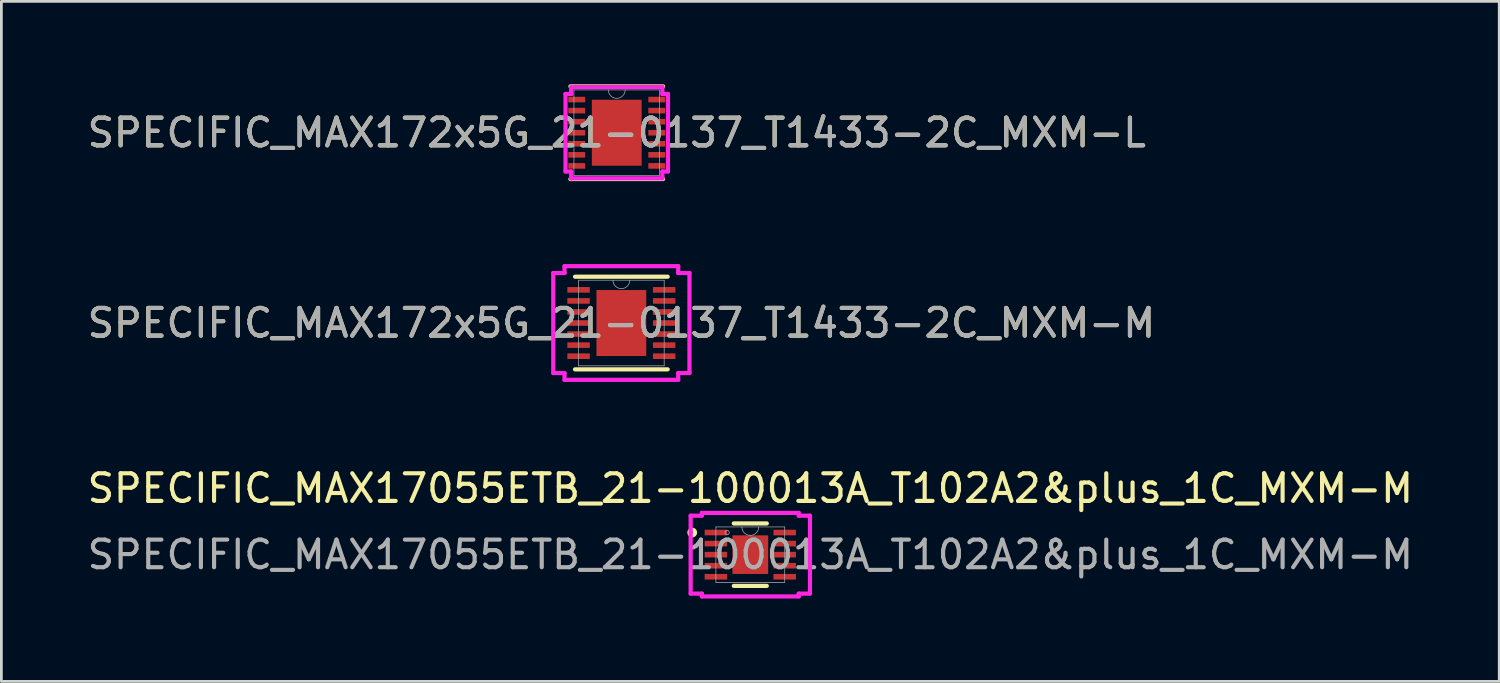
<source format=kicad_pcb>
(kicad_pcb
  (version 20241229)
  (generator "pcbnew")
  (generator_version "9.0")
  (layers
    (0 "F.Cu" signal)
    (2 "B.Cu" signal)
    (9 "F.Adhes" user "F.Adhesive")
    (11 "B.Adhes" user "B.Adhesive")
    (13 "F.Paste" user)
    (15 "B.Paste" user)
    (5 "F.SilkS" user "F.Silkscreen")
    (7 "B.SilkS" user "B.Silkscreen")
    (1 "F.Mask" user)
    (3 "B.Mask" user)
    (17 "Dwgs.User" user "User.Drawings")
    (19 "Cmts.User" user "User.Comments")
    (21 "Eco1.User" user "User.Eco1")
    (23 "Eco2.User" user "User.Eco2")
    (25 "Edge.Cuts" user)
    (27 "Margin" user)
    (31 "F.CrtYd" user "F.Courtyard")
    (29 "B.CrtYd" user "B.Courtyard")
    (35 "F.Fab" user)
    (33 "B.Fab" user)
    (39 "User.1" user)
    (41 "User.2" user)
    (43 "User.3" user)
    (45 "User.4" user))
  (footprint "SPECIFIC_MAX17055ETB_21-100013A_T102A2&plus_1C_MXM-M"
    (layer "F.Cu")
    (at 24.101 17.021)
    (property "Reference" "SPECIFIC_MAX17055ETB_21-100013A_T102A2&plus_1C_MXM-M" (at 0 -2.4 0) (unlocked yes) (layer "F.SilkS") (effects (font (size 1 1) (thickness 0.15))))
    (attr smd)
    (fp_line (start -0.597 1.13) (end 0.597 1.13) (stroke (width 0.152) (type solid)) (layer "F.SilkS"))
    (fp_line (start 0.597 -1.13) (end -0.597 -1.13) (stroke (width 0.152) (type solid)) (layer "F.SilkS"))
    (fp_circle (center -2.102 -0.8) (end -2 -0.8) (stroke (width 0.152) (type solid)) (fill no) (layer "F.SilkS"))
    (fp_line (start -2.159 -1.41) (end -1.753 -1.41) (stroke (width 0.152) (type solid)) (layer "F.CrtYd"))
    (fp_line (start -2.159 1.41) (end -2.159 -1.41) (stroke (width 0.152) (type solid)) (layer "F.CrtYd"))
    (fp_line (start -2.159 1.41) (end -1.753 1.41) (stroke (width 0.152) (type solid)) (layer "F.CrtYd"))
    (fp_line (start -1.753 -1.511) (end 1.753 -1.511) (stroke (width 0.152) (type solid)) (layer "F.CrtYd"))
    (fp_line (start -1.753 -1.41) (end -1.753 -1.511) (stroke (width 0.152) (type solid)) (layer "F.CrtYd"))
    (fp_line (start -1.753 1.511) (end -1.753 1.41) (stroke (width 0.152) (type solid)) (layer "F.CrtYd"))
    (fp_line (start 1.753 -1.511) (end 1.753 -1.41) (stroke (width 0.152) (type solid)) (layer "F.CrtYd"))
    (fp_line (start 1.753 1.41) (end 1.753 1.511) (stroke (width 0.152) (type solid)) (layer "F.CrtYd"))
    (fp_line (start 1.753 1.511) (end -1.753 1.511) (stroke (width 0.152) (type solid)) (layer "F.CrtYd"))
    (fp_line (start 2.159 -1.41) (end 1.753 -1.41) (stroke (width 0.152) (type solid)) (layer "F.CrtYd"))
    (fp_line (start 2.159 -1.41) (end 2.159 1.41) (stroke (width 0.152) (type solid)) (layer "F.CrtYd"))
    (fp_line (start 2.159 1.41) (end 1.753 1.41) (stroke (width 0.152) (type solid)) (layer "F.CrtYd"))
    (fp_line (start -1.245 -1.003) (end -1.245 1.003) (stroke (width 0.025) (type solid)) (layer "F.Fab"))
    (fp_line (start -1.245 1.003) (end 1.245 1.003) (stroke (width 0.025) (type solid)) (layer "F.Fab"))
    (fp_line (start 1.245 -1.003) (end -1.245 -1.003) (stroke (width 0.025) (type solid)) (layer "F.Fab"))
    (fp_line (start 1.245 1.003) (end 1.245 -1.003) (stroke (width 0.025) (type solid)) (layer "F.Fab"))
    (fp_arc (start 0.3048 -1.0033) (mid 0 -0.6985) (end -0.3048 -1.0033) (stroke (width 0.0254) (type solid)) (layer "F.Fab"))
    (fp_circle (center -0.838 -0.8) (end -0.762 -0.8) (stroke (width 0.025) (type solid)) (fill no) (layer "F.Fab"))
    (fp_text user "${REFERENCE}" (at 0 0 0) (unlocked yes) (layer "F.Fab") (effects (font (size 1 1) (thickness 0.15))))
    (pad "1" smd rect (at -1.245 -0.8) (size 0.813 0.203) (layers "F.Cu" "F.Mask" "F.Paste"))
    (pad "2" smd rect (at -1.245 -0.4) (size 0.813 0.203) (layers "F.Cu" "F.Mask" "F.Paste"))
    (pad "3" smd rect (at -1.245 0) (size 0.813 0.203) (layers "F.Cu" "F.Mask" "F.Paste"))
    (pad "4" smd rect (at -1.245 0.4) (size 0.813 0.203) (layers "F.Cu" "F.Mask" "F.Paste"))
    (pad "5" smd rect (at -1.245 0.8) (size 0.813 0.203) (layers "F.Cu" "F.Mask" "F.Paste"))
    (pad "6" smd rect (at 1.245 0.8) (size 0.813 0.203) (layers "F.Cu" "F.Mask" "F.Paste"))
    (pad "7" smd rect (at 1.245 0.4) (size 0.813 0.203) (layers "F.Cu" "F.Mask" "F.Paste"))
    (pad "8" smd rect (at 1.245 0) (size 0.813 0.203) (layers "F.Cu" "F.Mask" "F.Paste"))
    (pad "9" smd rect (at 1.245 -0.4) (size 0.813 0.203) (layers "F.Cu" "F.Mask" "F.Paste"))
    (pad "10" smd rect (at 1.245 -0.8) (size 0.813 0.203) (layers "F.Cu" "F.Mask" "F.Paste"))
    (pad "11" smd rect (at 0 0) (size 1.295 1.397) (layers "F.Cu" "F.Mask" "F.Paste")))
  (footprint "SPECIFIC_MAX172x5G_21-0137_T1433-2C_MXM-M"
    (layer "F.Cu")
    (at 19.435 8.639)
    (property "Reference" "SPECIFIC_MAX172x5G_21-0137_T1433-2C_MXM-M" (at 0 0 0) (unlocked yes) (layer "F.SilkS") (effects (font (size 1 1) (thickness 0.15))))
    (attr smd)
    (fp_line (start -1.676 1.676) (end 1.676 1.676) (stroke (width 0.152) (type solid)) (layer "F.SilkS"))
    (fp_line (start 1.676 -1.676) (end -1.676 -1.676) (stroke (width 0.152) (type solid)) (layer "F.SilkS"))
    (fp_line (start -2.464 -1.81) (end -2.057 -1.81) (stroke (width 0.152) (type solid)) (layer "F.CrtYd"))
    (fp_line (start -2.464 1.81) (end -2.464 -1.81) (stroke (width 0.152) (type solid)) (layer "F.CrtYd"))
    (fp_line (start -2.464 1.81) (end -2.057 1.81) (stroke (width 0.152) (type solid)) (layer "F.CrtYd"))
    (fp_line (start -2.057 -2.057) (end 2.057 -2.057) (stroke (width 0.152) (type solid)) (layer "F.CrtYd"))
    (fp_line (start -2.057 -1.81) (end -2.057 -2.057) (stroke (width 0.152) (type solid)) (layer "F.CrtYd"))
    (fp_line (start -2.057 2.057) (end -2.057 1.81) (stroke (width 0.152) (type solid)) (layer "F.CrtYd"))
    (fp_line (start 2.057 -2.057) (end 2.057 -1.81) (stroke (width 0.152) (type solid)) (layer "F.CrtYd"))
    (fp_line (start 2.057 1.81) (end 2.057 2.057) (stroke (width 0.152) (type solid)) (layer "F.CrtYd"))
    (fp_line (start 2.057 2.057) (end -2.057 2.057) (stroke (width 0.152) (type solid)) (layer "F.CrtYd"))
    (fp_line (start 2.464 -1.81) (end 2.057 -1.81) (stroke (width 0.152) (type solid)) (layer "F.CrtYd"))
    (fp_line (start 2.464 -1.81) (end 2.464 1.81) (stroke (width 0.152) (type solid)) (layer "F.CrtYd"))
    (fp_line (start 2.464 1.81) (end 2.057 1.81) (stroke (width 0.152) (type solid)) (layer "F.CrtYd"))
    (fp_line (start -1.549 -1.549) (end -1.549 1.549) (stroke (width 0.025) (type solid)) (layer "F.Fab"))
    (fp_line (start -1.549 1.549) (end 1.549 1.549) (stroke (width 0.025) (type solid)) (layer "F.Fab"))
    (fp_line (start 1.549 -1.549) (end -1.549 -1.549) (stroke (width 0.025) (type solid)) (layer "F.Fab"))
    (fp_line (start 1.549 1.549) (end 1.549 -1.549) (stroke (width 0.025) (type solid)) (layer "F.Fab"))
    (fp_arc (start 0.3048 -1.5494) (mid 0 -1.2446) (end -0.3048 -1.5494) (stroke (width 0.0254) (type solid)) (layer "F.Fab"))
    (fp_text user "${REFERENCE}" (at 0 0 0) (unlocked yes) (layer "F.Fab") (effects (font (size 1 1) (thickness 0.15))))
    (pad "1" smd rect (at -1.549 -1.2) (size 0.813 0.203) (layers "F.Cu" "F.Mask" "F.Paste"))
    (pad "2" smd rect (at -1.549 -0.8) (size 0.813 0.203) (layers "F.Cu" "F.Mask" "F.Paste"))
    (pad "3" smd rect (at -1.549 -0.4) (size 0.813 0.203) (layers "F.Cu" "F.Mask" "F.Paste"))
    (pad "4" smd rect (at -1.549 0) (size 0.813 0.203) (layers "F.Cu" "F.Mask" "F.Paste"))
    (pad "5" smd rect (at -1.549 0.4) (size 0.813 0.203) (layers "F.Cu" "F.Mask" "F.Paste"))
    (pad "6" smd rect (at -1.549 0.8) (size 0.813 0.203) (layers "F.Cu" "F.Mask" "F.Paste"))
    (pad "7" smd rect (at -1.549 1.2) (size 0.813 0.203) (layers "F.Cu" "F.Mask" "F.Paste"))
    (pad "8" smd rect (at 1.549 1.2) (size 0.813 0.203) (layers "F.Cu" "F.Mask" "F.Paste"))
    (pad "9" smd rect (at 1.549 0.8) (size 0.813 0.203) (layers "F.Cu" "F.Mask" "F.Paste"))
    (pad "10" smd rect (at 1.549 0.4) (size 0.813 0.203) (layers "F.Cu" "F.Mask" "F.Paste"))
    (pad "11" smd rect (at 1.549 0) (size 0.813 0.203) (layers "F.Cu" "F.Mask" "F.Paste"))
    (pad "12" smd rect (at 1.549 -0.4) (size 0.813 0.203) (layers "F.Cu" "F.Mask" "F.Paste"))
    (pad "13" smd rect (at 1.549 -0.8) (size 0.813 0.203) (layers "F.Cu" "F.Mask" "F.Paste"))
    (pad "14" smd rect (at 1.549 -1.2) (size 0.813 0.203) (layers "F.Cu" "F.Mask" "F.Paste"))
    (pad "15" smd rect (at 0 0) (size 1.803 2.388) (layers "F.Cu" "F.Mask" "F.Paste")))
  (footprint "SPECIFIC_MAX172x5G_21-0137_T1433-2C_MXM-L"
    (layer "F.Cu")
    (at 19.268 1.753)
    (property "Reference" "SPECIFIC_MAX172x5G_21-0137_T1433-2C_MXM-L" (at 0 0 0) (unlocked yes) (layer "F.SilkS") (effects (font (size 1 1) (thickness 0.15))))
    (attr smd)
    (fp_line (start -1.676 1.676) (end 1.676 1.676) (stroke (width 0.152) (type solid)) (layer "F.SilkS"))
    (fp_line (start 1.676 -1.676) (end -1.676 -1.676) (stroke (width 0.152) (type solid)) (layer "F.SilkS"))
    (fp_line (start -1.854 -1.403) (end -1.651 -1.403) (stroke (width 0.152) (type solid)) (layer "F.CrtYd"))
    (fp_line (start -1.854 1.403) (end -1.854 -1.403) (stroke (width 0.152) (type solid)) (layer "F.CrtYd"))
    (fp_line (start -1.854 1.403) (end -1.651 1.403) (stroke (width 0.152) (type solid)) (layer "F.CrtYd"))
    (fp_line (start -1.651 -1.651) (end 1.651 -1.651) (stroke (width 0.152) (type solid)) (layer "F.CrtYd"))
    (fp_line (start -1.651 -1.403) (end -1.651 -1.651) (stroke (width 0.152) (type solid)) (layer "F.CrtYd"))
    (fp_line (start -1.651 1.651) (end -1.651 1.403) (stroke (width 0.152) (type solid)) (layer "F.CrtYd"))
    (fp_line (start 1.651 -1.651) (end 1.651 -1.403) (stroke (width 0.152) (type solid)) (layer "F.CrtYd"))
    (fp_line (start 1.651 1.403) (end 1.651 1.651) (stroke (width 0.152) (type solid)) (layer "F.CrtYd"))
    (fp_line (start 1.651 1.651) (end -1.651 1.651) (stroke (width 0.152) (type solid)) (layer "F.CrtYd"))
    (fp_line (start 1.854 -1.403) (end 1.651 -1.403) (stroke (width 0.152) (type solid)) (layer "F.CrtYd"))
    (fp_line (start 1.854 -1.403) (end 1.854 1.403) (stroke (width 0.152) (type solid)) (layer "F.CrtYd"))
    (fp_line (start 1.854 1.403) (end 1.651 1.403) (stroke (width 0.152) (type solid)) (layer "F.CrtYd"))
    (fp_line (start -1.549 -1.549) (end -1.549 1.549) (stroke (width 0.025) (type solid)) (layer "F.Fab"))
    (fp_line (start -1.549 1.549) (end 1.549 1.549) (stroke (width 0.025) (type solid)) (layer "F.Fab"))
    (fp_line (start 1.549 -1.549) (end -1.549 -1.549) (stroke (width 0.025) (type solid)) (layer "F.Fab"))
    (fp_line (start 1.549 1.549) (end 1.549 -1.549) (stroke (width 0.025) (type solid)) (layer "F.Fab"))
    (fp_arc (start 0.3048 -1.5494) (mid 0 -1.2446) (end -0.3048 -1.5494) (stroke (width 0.0254) (type solid)) (layer "F.Fab"))
    (fp_text user "${REFERENCE}" (at 0 0 0) (unlocked yes) (layer "F.Fab") (effects (font (size 1 1) (thickness 0.15))))
    (pad "1" smd rect (at -1.448 -1.2) (size 0.61 0.203) (layers "F.Cu" "F.Mask" "F.Paste"))
    (pad "2" smd rect (at -1.448 -0.8) (size 0.61 0.203) (layers "F.Cu" "F.Mask" "F.Paste"))
    (pad "3" smd rect (at -1.448 -0.4) (size 0.61 0.203) (layers "F.Cu" "F.Mask" "F.Paste"))
    (pad "4" smd rect (at -1.448 0) (size 0.61 0.203) (layers "F.Cu" "F.Mask" "F.Paste"))
    (pad "5" smd rect (at -1.448 0.4) (size 0.61 0.203) (layers "F.Cu" "F.Mask" "F.Paste"))
    (pad "6" smd rect (at -1.448 0.8) (size 0.61 0.203) (layers "F.Cu" "F.Mask" "F.Paste"))
    (pad "7" smd rect (at -1.448 1.2) (size 0.61 0.203) (layers "F.Cu" "F.Mask" "F.Paste"))
    (pad "8" smd rect (at 1.448 1.2) (size 0.61 0.203) (layers "F.Cu" "F.Mask" "F.Paste"))
    (pad "9" smd rect (at 1.448 0.8) (size 0.61 0.203) (layers "F.Cu" "F.Mask" "F.Paste"))
    (pad "10" smd rect (at 1.448 0.4) (size 0.61 0.203) (layers "F.Cu" "F.Mask" "F.Paste"))
    (pad "11" smd rect (at 1.448 0) (size 0.61 0.203) (layers "F.Cu" "F.Mask" "F.Paste"))
    (pad "12" smd rect (at 1.448 -0.4) (size 0.61 0.203) (layers "F.Cu" "F.Mask" "F.Paste"))
    (pad "13" smd rect (at 1.448 -0.8) (size 0.61 0.203) (layers "F.Cu" "F.Mask" "F.Paste"))
    (pad "14" smd rect (at 1.448 -1.2) (size 0.61 0.203) (layers "F.Cu" "F.Mask" "F.Paste"))
    (pad "15" smd rect (at 0 0) (size 1.803 2.388) (layers "F.Cu" "F.Mask" "F.Paste")))
  (gr_rect
    (start -3 -3)
    (end 51.202 21.608)
    (stroke (width 0.1) (type default))
    (fill no)
    (layer "Edge.Cuts")))
</source>
